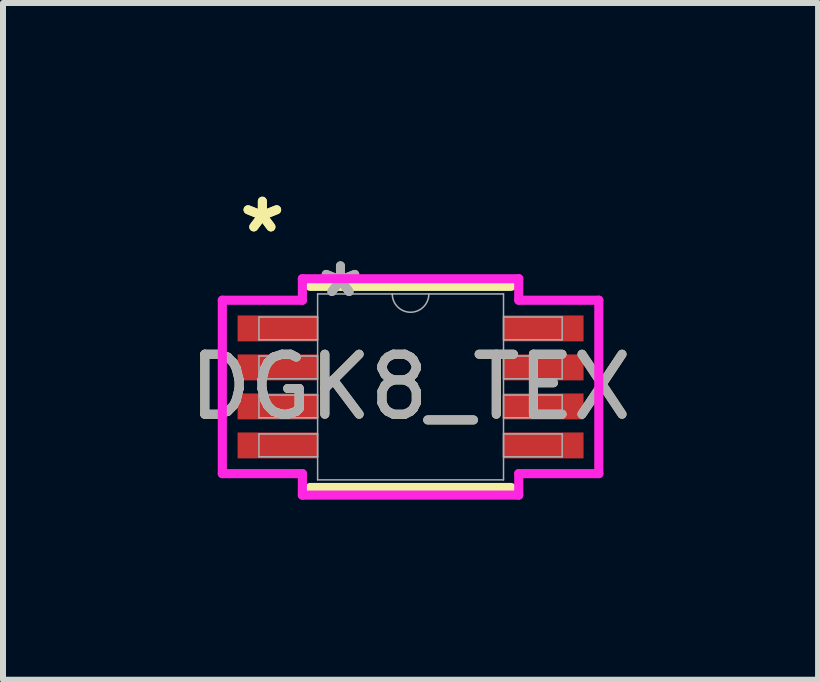
<source format=kicad_pcb>
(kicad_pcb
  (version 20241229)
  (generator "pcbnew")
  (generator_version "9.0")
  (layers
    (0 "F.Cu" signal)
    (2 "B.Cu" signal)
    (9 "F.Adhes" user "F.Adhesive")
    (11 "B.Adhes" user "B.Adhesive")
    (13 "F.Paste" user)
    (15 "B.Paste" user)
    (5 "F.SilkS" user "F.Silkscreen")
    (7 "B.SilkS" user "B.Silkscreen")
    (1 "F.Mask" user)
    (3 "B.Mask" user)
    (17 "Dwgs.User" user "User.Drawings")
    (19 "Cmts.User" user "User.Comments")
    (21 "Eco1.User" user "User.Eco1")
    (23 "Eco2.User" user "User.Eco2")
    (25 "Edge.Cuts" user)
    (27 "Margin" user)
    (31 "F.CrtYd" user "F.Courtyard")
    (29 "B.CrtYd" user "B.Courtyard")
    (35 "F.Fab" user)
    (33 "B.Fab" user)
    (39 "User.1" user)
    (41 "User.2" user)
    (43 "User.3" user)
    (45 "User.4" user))
  (footprint "DGK8_TEX"
    (layer "F.Cu")
    (at 3.792 3.398)
    (property "Reference" "DGK8_TEX" (at 0 0 0) (unlocked yes) (layer "F.SilkS") (effects (font (size 1 1) (thickness 0.15))))
    (attr smd)
    (fp_line (start -1.676 1.676) (end 1.676 1.676) (stroke (width 0.152) (type solid)) (layer "F.SilkS"))
    (fp_line (start 1.676 -1.676) (end -1.676 -1.676) (stroke (width 0.152) (type solid)) (layer "F.SilkS"))
    (fp_line (start -3.137 -1.445) (end -1.803 -1.445) (stroke (width 0.152) (type solid)) (layer "F.CrtYd"))
    (fp_line (start -3.137 1.445) (end -3.137 -1.445) (stroke (width 0.152) (type solid)) (layer "F.CrtYd"))
    (fp_line (start -3.137 1.445) (end -1.803 1.445) (stroke (width 0.152) (type solid)) (layer "F.CrtYd"))
    (fp_line (start -1.803 -1.803) (end 1.803 -1.803) (stroke (width 0.152) (type solid)) (layer "F.CrtYd"))
    (fp_line (start -1.803 -1.445) (end -1.803 -1.803) (stroke (width 0.152) (type solid)) (layer "F.CrtYd"))
    (fp_line (start -1.803 1.803) (end -1.803 1.445) (stroke (width 0.152) (type solid)) (layer "F.CrtYd"))
    (fp_line (start 1.803 -1.803) (end 1.803 -1.445) (stroke (width 0.152) (type solid)) (layer "F.CrtYd"))
    (fp_line (start 1.803 1.445) (end 1.803 1.803) (stroke (width 0.152) (type solid)) (layer "F.CrtYd"))
    (fp_line (start 1.803 1.803) (end -1.803 1.803) (stroke (width 0.152) (type solid)) (layer "F.CrtYd"))
    (fp_line (start 3.137 -1.445) (end 1.803 -1.445) (stroke (width 0.152) (type solid)) (layer "F.CrtYd"))
    (fp_line (start 3.137 -1.445) (end 3.137 1.445) (stroke (width 0.152) (type solid)) (layer "F.CrtYd"))
    (fp_line (start 3.137 1.445) (end 1.803 1.445) (stroke (width 0.152) (type solid)) (layer "F.CrtYd"))
    (fp_line (start -2.527 -1.165) (end -2.527 -0.784) (stroke (width 0.025) (type solid)) (layer "F.Fab"))
    (fp_line (start -2.527 -0.784) (end -1.549 -0.784) (stroke (width 0.025) (type solid)) (layer "F.Fab"))
    (fp_line (start -2.527 -0.515) (end -2.527 -0.135) (stroke (width 0.025) (type solid)) (layer "F.Fab"))
    (fp_line (start -2.527 -0.135) (end -1.549 -0.135) (stroke (width 0.025) (type solid)) (layer "F.Fab"))
    (fp_line (start -2.527 0.135) (end -2.527 0.515) (stroke (width 0.025) (type solid)) (layer "F.Fab"))
    (fp_line (start -2.527 0.515) (end -1.549 0.515) (stroke (width 0.025) (type solid)) (layer "F.Fab"))
    (fp_line (start -2.527 0.784) (end -2.527 1.165) (stroke (width 0.025) (type solid)) (layer "F.Fab"))
    (fp_line (start -2.527 1.165) (end -1.549 1.165) (stroke (width 0.025) (type solid)) (layer "F.Fab"))
    (fp_line (start -1.549 -1.549) (end -1.549 1.549) (stroke (width 0.025) (type solid)) (layer "F.Fab"))
    (fp_line (start -1.549 -1.165) (end -2.527 -1.165) (stroke (width 0.025) (type solid)) (layer "F.Fab"))
    (fp_line (start -1.549 -0.784) (end -1.549 -1.165) (stroke (width 0.025) (type solid)) (layer "F.Fab"))
    (fp_line (start -1.549 -0.515) (end -2.527 -0.515) (stroke (width 0.025) (type solid)) (layer "F.Fab"))
    (fp_line (start -1.549 -0.135) (end -1.549 -0.515) (stroke (width 0.025) (type solid)) (layer "F.Fab"))
    (fp_line (start -1.549 0.135) (end -2.527 0.135) (stroke (width 0.025) (type solid)) (layer "F.Fab"))
    (fp_line (start -1.549 0.515) (end -1.549 0.135) (stroke (width 0.025) (type solid)) (layer "F.Fab"))
    (fp_line (start -1.549 0.784) (end -2.527 0.784) (stroke (width 0.025) (type solid)) (layer "F.Fab"))
    (fp_line (start -1.549 1.165) (end -1.549 0.784) (stroke (width 0.025) (type solid)) (layer "F.Fab"))
    (fp_line (start -1.549 1.549) (end 1.549 1.549) (stroke (width 0.025) (type solid)) (layer "F.Fab"))
    (fp_line (start 1.549 -1.549) (end -1.549 -1.549) (stroke (width 0.025) (type solid)) (layer "F.Fab"))
    (fp_line (start 1.549 -1.165) (end 1.549 -0.784) (stroke (width 0.025) (type solid)) (layer "F.Fab"))
    (fp_line (start 1.549 -0.784) (end 2.527 -0.784) (stroke (width 0.025) (type solid)) (layer "F.Fab"))
    (fp_line (start 1.549 -0.515) (end 1.549 -0.135) (stroke (width 0.025) (type solid)) (layer "F.Fab"))
    (fp_line (start 1.549 -0.135) (end 2.527 -0.135) (stroke (width 0.025) (type solid)) (layer "F.Fab"))
    (fp_line (start 1.549 0.135) (end 1.549 0.515) (stroke (width 0.025) (type solid)) (layer "F.Fab"))
    (fp_line (start 1.549 0.515) (end 2.527 0.515) (stroke (width 0.025) (type solid)) (layer "F.Fab"))
    (fp_line (start 1.549 0.784) (end 1.549 1.165) (stroke (width 0.025) (type solid)) (layer "F.Fab"))
    (fp_line (start 1.549 1.165) (end 2.527 1.165) (stroke (width 0.025) (type solid)) (layer "F.Fab"))
    (fp_line (start 1.549 1.549) (end 1.549 -1.549) (stroke (width 0.025) (type solid)) (layer "F.Fab"))
    (fp_line (start 2.527 -1.165) (end 1.549 -1.165) (stroke (width 0.025) (type solid)) (layer "F.Fab"))
    (fp_line (start 2.527 -0.784) (end 2.527 -1.165) (stroke (width 0.025) (type solid)) (layer "F.Fab"))
    (fp_line (start 2.527 -0.515) (end 1.549 -0.515) (stroke (width 0.025) (type solid)) (layer "F.Fab"))
    (fp_line (start 2.527 -0.135) (end 2.527 -0.515) (stroke (width 0.025) (type solid)) (layer "F.Fab"))
    (fp_line (start 2.527 0.135) (end 1.549 0.135) (stroke (width 0.025) (type solid)) (layer "F.Fab"))
    (fp_line (start 2.527 0.515) (end 2.527 0.135) (stroke (width 0.025) (type solid)) (layer "F.Fab"))
    (fp_line (start 2.527 0.784) (end 1.549 0.784) (stroke (width 0.025) (type solid)) (layer "F.Fab"))
    (fp_line (start 2.527 1.165) (end 2.527 0.784) (stroke (width 0.025) (type solid)) (layer "F.Fab"))
    (fp_arc (start 0.3048 -1.5494) (mid 0 -1.2446) (end -0.3048 -1.5494) (stroke (width 0.0254) (type solid)) (layer "F.Fab"))
    (fp_text user "*" (at -2.47 -2.55 0) (layer "F.SilkS") (effects (font (size 1 1) (thickness 0.15))))
    (fp_text user "*" (at -2.47 -2.55 0) (unlocked yes) (layer "F.SilkS") (effects (font (size 1 1) (thickness 0.15))))
    (fp_text user "*" (at -1.168 -1.473 0) (unlocked yes) (layer "F.Fab") (effects (font (size 1 1) (thickness 0.15))))
    (fp_text user "*" (at -1.168 -1.473 0) (layer "F.Fab") (effects (font (size 1 1) (thickness 0.15))))
    (fp_text user "${REFERENCE}" (at 0 0 0) (unlocked yes) (layer "F.Fab") (effects (font (size 1 1) (thickness 0.15))))
    (pad "1" smd rect (at -2.216 -0.975) (size 1.333 0.432) (layers "F.Cu" "F.Mask" "F.Paste"))
    (pad "2" smd rect (at -2.216 -0.325) (size 1.333 0.432) (layers "F.Cu" "F.Mask" "F.Paste"))
    (pad "3" smd rect (at -2.216 0.325) (size 1.333 0.432) (layers "F.Cu" "F.Mask" "F.Paste"))
    (pad "4" smd rect (at -2.216 0.975) (size 1.333 0.432) (layers "F.Cu" "F.Mask" "F.Paste"))
    (pad "5" smd rect (at 2.216 0.975) (size 1.333 0.432) (layers "F.Cu" "F.Mask" "F.Paste"))
    (pad "6" smd rect (at 2.216 0.325) (size 1.333 0.432) (layers "F.Cu" "F.Mask" "F.Paste"))
    (pad "7" smd rect (at 2.216 -0.325) (size 1.333 0.432) (layers "F.Cu" "F.Mask" "F.Paste"))
    (pad "8" smd rect (at 2.216 -0.975) (size 1.333 0.432) (layers "F.Cu" "F.Mask" "F.Paste")))
  (gr_rect
    (start -3 -3)
    (end 10.583 8.278)
    (stroke (width 0.1) (type default))
    (fill no)
    (layer "Edge.Cuts")))
</source>
